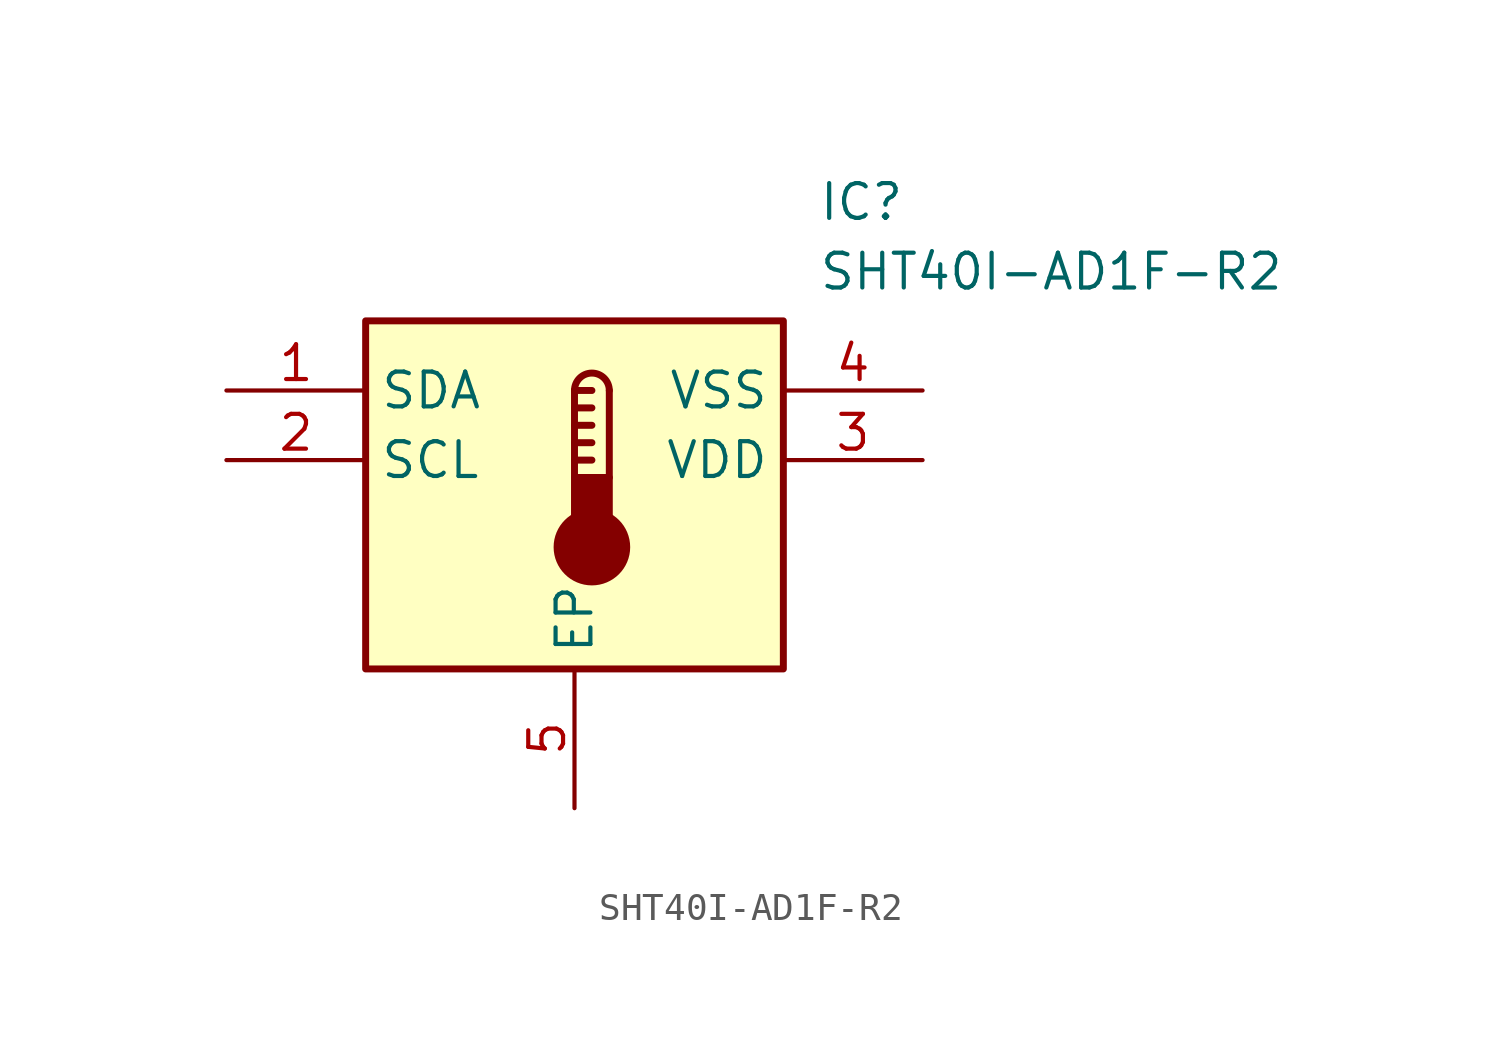
<source format=kicad_sym>
(kicad_symbol_lib
  (version 20241209)
  (generator "kicad_symbol_editor")
  (generator_version "9.0")
  (symbol "SHT40I-AD1F-R2"
    (property "Reference" "IC"
      (at 21.59 7.62 0)
      (effects (font (size 1.27 1.27)) (justify left top)))
    (property "Value" "SHT40I-AD1F-R2"
      (at 21.59 5.08 0)
      (effects (font (size 1.27 1.27)) (justify left top)))
    (symbol "SHT40I-AD1F-R2_1_1"
      (rectangle (start 5.08 2.54) (end 20.32 -10.16) (stroke (width 0.254) (type default)) (fill (type background)))
      (polyline (pts (xy 12.7 0) (xy 12.7 -3.175)) (stroke (width 0.254) (type default)) (fill (type none)))
      (polyline (pts (xy 12.7 0) (xy 13.335 0)) (stroke (width 0.254) (type default)) (fill (type none)))
      (polyline (pts (xy 12.7 -0.635) (xy 13.335 -0.635)) (stroke (width 0.254) (type default)) (fill (type none)))
      (polyline (pts (xy 12.7 -1.27) (xy 13.335 -1.27)) (stroke (width 0.254) (type default)) (fill (type none)))
      (polyline (pts (xy 12.7 -1.905) (xy 13.335 -1.905)) (stroke (width 0.254) (type default)) (fill (type none)))
      (polyline (pts (xy 12.7 -2.54) (xy 13.335 -2.54)) (stroke (width 0.254) (type default)) (fill (type none)))
      (rectangle (start 12.7 -3.175) (end 13.97 -5.08) (stroke (width 0.254) (type default)) (fill (type outline)))
      (arc (start 12.7 0) (mid 13.335 0.6323) (end 13.97 0) (stroke (width 0.254) (type default)) (fill (type none)))
      (circle (center 13.335 -5.715) (radius 1.27) (stroke (width 0.254) (type default)) (fill (type outline)))
      (polyline (pts (xy 13.97 0) (xy 13.97 -3.175)) (stroke (width 0.254) (type default)) (fill (type none)))
      (pin passive line (at 0 0 0) (length 5.08) (name "SDA" (effects (font (size 1.27 1.27)))) (number "1" (effects (font (size 1.27 1.27)))))
      (pin passive line (at 0 -2.54 0) (length 5.08) (name "SCL" (effects (font (size 1.27 1.27)))) (number "2" (effects (font (size 1.27 1.27)))))
      (pin passive line (at 12.7 -15.24 90) (length 5.08) (name "EP" (effects (font (size 1.27 1.27)))) (number "5" (effects (font (size 1.27 1.27)))))
      (pin passive line (at 25.4 0 180) (length 5.08) (name "VSS" (effects (font (size 1.27 1.27)))) (number "4" (effects (font (size 1.27 1.27)))))
      (pin passive line (at 25.4 -2.54 180) (length 5.08) (name "VDD" (effects (font (size 1.27 1.27)))) (number "3" (effects (font (size 1.27 1.27))))))))
</source>
